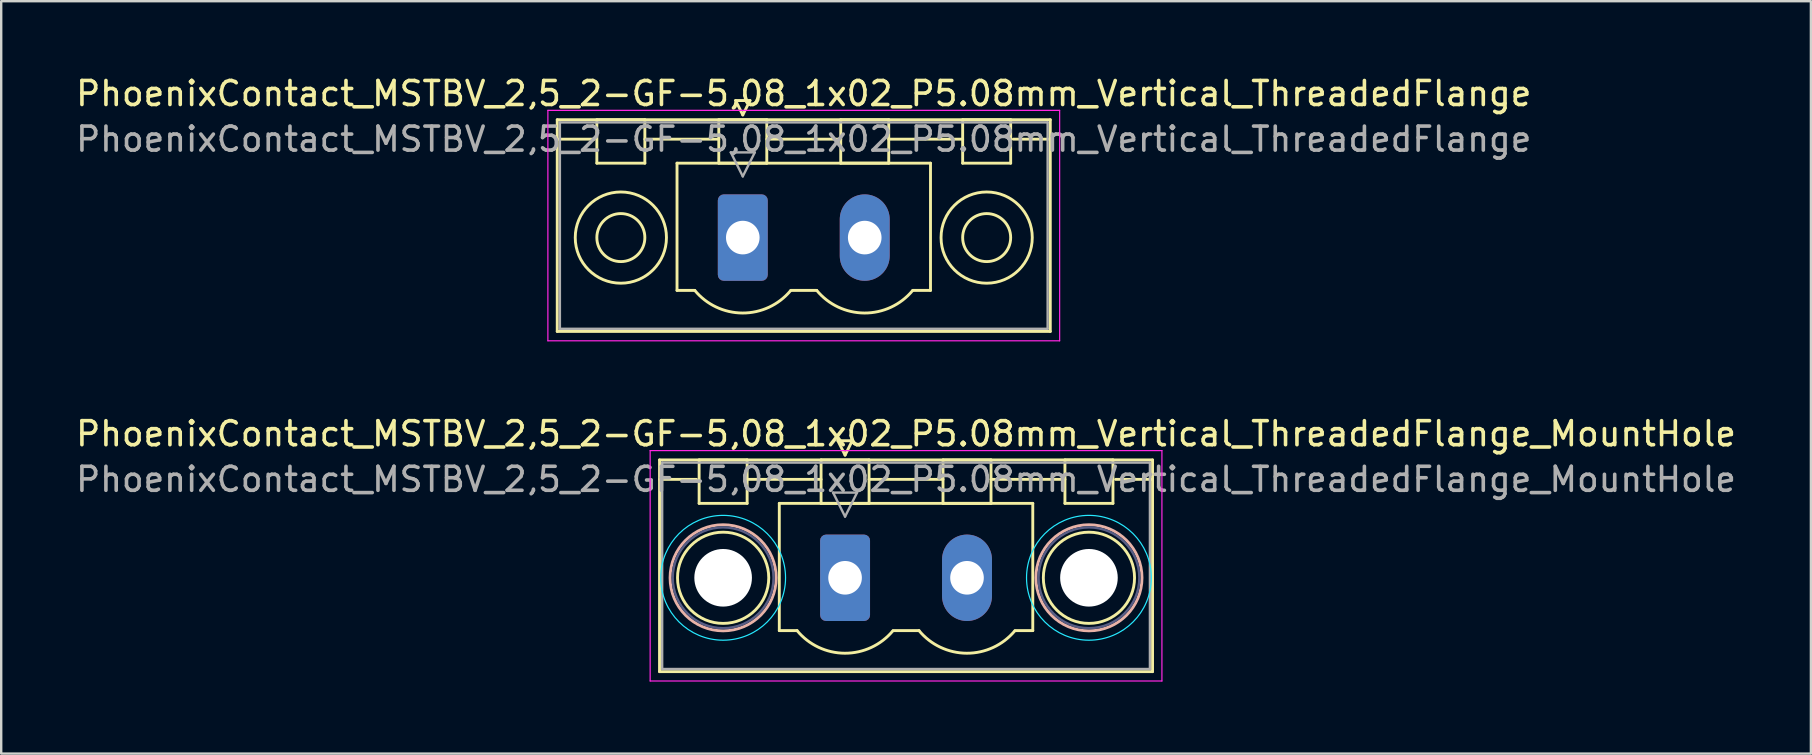
<source format=kicad_pcb>
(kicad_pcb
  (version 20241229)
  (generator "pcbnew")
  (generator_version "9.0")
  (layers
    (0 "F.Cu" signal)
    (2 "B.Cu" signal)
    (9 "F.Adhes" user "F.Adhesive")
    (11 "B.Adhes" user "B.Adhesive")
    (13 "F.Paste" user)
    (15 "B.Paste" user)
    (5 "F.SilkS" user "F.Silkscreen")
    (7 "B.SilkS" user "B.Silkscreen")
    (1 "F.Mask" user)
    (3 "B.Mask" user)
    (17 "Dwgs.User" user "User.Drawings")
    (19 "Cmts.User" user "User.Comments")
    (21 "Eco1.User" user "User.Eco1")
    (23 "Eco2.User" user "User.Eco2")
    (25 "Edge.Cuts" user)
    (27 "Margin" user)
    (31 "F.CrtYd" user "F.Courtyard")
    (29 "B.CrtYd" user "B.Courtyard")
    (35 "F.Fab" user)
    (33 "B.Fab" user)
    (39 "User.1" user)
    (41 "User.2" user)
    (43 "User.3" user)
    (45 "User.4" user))
  (footprint "PhoenixContact_MSTBV_2,5_2-GF-5,08_1x02_P5.08mm_Vertical_ThreadedFlange_MountHole"
    (layer "F.Cu")
    (at 32.156 21.021)
    (property "Reference" "PhoenixContact_MSTBV_2,5_2-GF-5,08_1x02_P5.08mm_Vertical_ThreadedFlange_MountHole" (at 2.54 -6 0) (layer "F.SilkS") (effects (font (size 1 1) (thickness 0.15))))
    (attr through_hole)
    (fp_line (start -7.73 -4.91) (end -7.73 3.91) (stroke (width 0.12) (type solid)) (layer "F.SilkS"))
    (fp_line (start -7.73 -4.1) (end -6.19 -4.1) (stroke (width 0.12) (type solid)) (layer "F.SilkS"))
    (fp_line (start -7.73 3.91) (end 12.81 3.91) (stroke (width 0.12) (type solid)) (layer "F.SilkS"))
    (fp_line (start -6.08 -4.91) (end -4.08 -4.91) (stroke (width 0.12) (type solid)) (layer "F.SilkS"))
    (fp_line (start -6.08 -3.1) (end -6.08 -4.91) (stroke (width 0.12) (type solid)) (layer "F.SilkS"))
    (fp_line (start -4.08 -4.91) (end -4.08 -3.1) (stroke (width 0.12) (type solid)) (layer "F.SilkS"))
    (fp_line (start -4.08 -4.1) (end -1 -4.1) (stroke (width 0.12) (type solid)) (layer "F.SilkS"))
    (fp_line (start -4.08 -3.1) (end -6.08 -3.1) (stroke (width 0.12) (type solid)) (layer "F.SilkS"))
    (fp_line (start -2.74 -3.1) (end 7.82 -3.1) (stroke (width 0.12) (type solid)) (layer "F.SilkS"))
    (fp_line (start -2.74 2.2) (end -2.74 -3.1) (stroke (width 0.12) (type solid)) (layer "F.SilkS"))
    (fp_line (start -2 2.2) (end -2.74 2.2) (stroke (width 0.12) (type solid)) (layer "F.SilkS"))
    (fp_line (start -1 -4.91) (end 1 -4.91) (stroke (width 0.12) (type solid)) (layer "F.SilkS"))
    (fp_line (start -1 -3.1) (end -1 -4.91) (stroke (width 0.12) (type solid)) (layer "F.SilkS"))
    (fp_line (start -0.3 -5.71) (end 0.3 -5.71) (stroke (width 0.12) (type solid)) (layer "F.SilkS"))
    (fp_line (start 0 -5.11) (end -0.3 -5.71) (stroke (width 0.12) (type solid)) (layer "F.SilkS"))
    (fp_line (start 0.3 -5.71) (end 0 -5.11) (stroke (width 0.12) (type solid)) (layer "F.SilkS"))
    (fp_line (start 1 -4.91) (end 1 -3.1) (stroke (width 0.12) (type solid)) (layer "F.SilkS"))
    (fp_line (start 1 -4.1) (end 4.08 -4.1) (stroke (width 0.12) (type solid)) (layer "F.SilkS"))
    (fp_line (start 1 -3.1) (end -1 -3.1) (stroke (width 0.12) (type solid)) (layer "F.SilkS"))
    (fp_line (start 2 2.2) (end 3.08 2.2) (stroke (width 0.12) (type solid)) (layer "F.SilkS"))
    (fp_line (start 4.08 -4.91) (end 6.08 -4.91) (stroke (width 0.12) (type solid)) (layer "F.SilkS"))
    (fp_line (start 4.08 -3.1) (end 4.08 -4.91) (stroke (width 0.12) (type solid)) (layer "F.SilkS"))
    (fp_line (start 6.08 -4.91) (end 6.08 -3.1) (stroke (width 0.12) (type solid)) (layer "F.SilkS"))
    (fp_line (start 6.08 -4.1) (end 9.16 -4.1) (stroke (width 0.12) (type solid)) (layer "F.SilkS"))
    (fp_line (start 6.08 -3.1) (end 4.08 -3.1) (stroke (width 0.12) (type solid)) (layer "F.SilkS"))
    (fp_line (start 7.82 -3.1) (end 7.82 2.2) (stroke (width 0.12) (type solid)) (layer "F.SilkS"))
    (fp_line (start 7.82 2.2) (end 7.08 2.2) (stroke (width 0.12) (type solid)) (layer "F.SilkS"))
    (fp_line (start 9.16 -4.91) (end 11.16 -4.91) (stroke (width 0.12) (type solid)) (layer "F.SilkS"))
    (fp_line (start 9.16 -3.1) (end 9.16 -4.91) (stroke (width 0.12) (type solid)) (layer "F.SilkS"))
    (fp_line (start 11.16 -4.91) (end 11.16 -3.1) (stroke (width 0.12) (type solid)) (layer "F.SilkS"))
    (fp_line (start 11.16 -3.1) (end 9.16 -3.1) (stroke (width 0.12) (type solid)) (layer "F.SilkS"))
    (fp_line (start 12.81 -4.91) (end -7.73 -4.91) (stroke (width 0.12) (type solid)) (layer "F.SilkS"))
    (fp_line (start 12.81 -4.1) (end 11.27 -4.1) (stroke (width 0.12) (type solid)) (layer "F.SilkS"))
    (fp_line (start 12.81 3.91) (end 12.81 -4.91) (stroke (width 0.12) (type solid)) (layer "F.SilkS"))
    (fp_arc (start 1.986842 2.215821) (mid -0.010289 3.142758) (end -2 2.2) (stroke (width 0.12) (type solid)) (layer "F.SilkS"))
    (fp_arc (start 7.066842 2.215821) (mid 5.069711 3.142758) (end 3.08 2.2) (stroke (width 0.12) (type solid)) (layer "F.SilkS"))
    (fp_circle (center -5.08 0) (end -3.18 0) (stroke (width 0.12) (type solid)) (fill no) (layer "F.SilkS"))
    (fp_circle (center 10.16 0) (end 12.06 0) (stroke (width 0.12) (type solid)) (fill no) (layer "F.SilkS"))
    (fp_circle (center -5.08 0) (end -2.87 0) (stroke (width 0.12) (type solid)) (fill no) (layer "B.SilkS"))
    (fp_circle (center 10.16 0) (end 12.37 0) (stroke (width 0.12) (type solid)) (fill no) (layer "B.SilkS"))
    (fp_circle (center -5.08 0) (end -2.48 0) (stroke (width 0.05) (type solid)) (fill no) (layer "B.CrtYd"))
    (fp_circle (center 10.16 0) (end 12.76 0) (stroke (width 0.05) (type solid)) (fill no) (layer "B.CrtYd"))
    (fp_line (start -8.12 -5.3) (end -8.12 4.3) (stroke (width 0.05) (type solid)) (layer "F.CrtYd"))
    (fp_line (start -8.12 4.3) (end 13.2 4.3) (stroke (width 0.05) (type solid)) (layer "F.CrtYd"))
    (fp_line (start 13.2 -5.3) (end -8.12 -5.3) (stroke (width 0.05) (type solid)) (layer "F.CrtYd"))
    (fp_line (start 13.2 4.3) (end 13.2 -5.3) (stroke (width 0.05) (type solid)) (layer "F.CrtYd"))
    (fp_circle (center -5.08 0) (end -2.98 0) (stroke (width 0.1) (type solid)) (fill no) (layer "B.Fab"))
    (fp_circle (center 10.16 0) (end 12.26 0) (stroke (width 0.1) (type solid)) (fill no) (layer "B.Fab"))
    (fp_line (start -7.62 -4.8) (end -7.62 3.8) (stroke (width 0.1) (type solid)) (layer "F.Fab"))
    (fp_line (start -7.62 3.8) (end 12.7 3.8) (stroke (width 0.1) (type solid)) (layer "F.Fab"))
    (fp_line (start -0.5 -3.55) (end 0.5 -3.55) (stroke (width 0.1) (type solid)) (layer "F.Fab"))
    (fp_line (start 0 -2.55) (end -0.5 -3.55) (stroke (width 0.1) (type solid)) (layer "F.Fab"))
    (fp_line (start 0.5 -3.55) (end 0 -2.55) (stroke (width 0.1) (type solid)) (layer "F.Fab"))
    (fp_line (start 12.7 -4.8) (end -7.62 -4.8) (stroke (width 0.1) (type solid)) (layer "F.Fab"))
    (fp_line (start 12.7 3.8) (end 12.7 -4.8) (stroke (width 0.1) (type solid)) (layer "F.Fab"))
    (fp_text user "${REFERENCE}" (at 2.54 -4.1 0) (layer "F.Fab") (effects (font (size 1 1) (thickness 0.15))))
    (pad "" np_thru_hole circle (at -5.08 0) (size 2.4 2.4) (drill 2.4) (layers "*.Cu" "*.Mask"))
    (pad "" np_thru_hole circle (at 10.16 0) (size 2.4 2.4) (drill 2.4) (layers "*.Cu" "*.Mask"))
    (pad "1" thru_hole roundrect (at 0 0) (size 2.08 3.6) (drill 1.4) (layers "*.Cu" "*.Mask") (roundrect_rratio 0.12))
    (pad "2" thru_hole oval (at 5.08 0) (size 2.08 3.6) (drill 1.4) (layers "*.Cu" "*.Mask")))
  (footprint "PhoenixContact_MSTBV_2,5_2-GF-5,08_1x02_P5.08mm_Vertical_ThreadedFlange"
    (layer "F.Cu")
    (at 27.895 6.848)
    (property "Reference" "PhoenixContact_MSTBV_2,5_2-GF-5,08_1x02_P5.08mm_Vertical_ThreadedFlange" (at 2.54 -6 0) (layer "F.SilkS") (effects (font (size 1 1) (thickness 0.15))))
    (attr through_hole)
    (fp_line (start -7.73 -4.91) (end -7.73 3.91) (stroke (width 0.12) (type solid)) (layer "F.SilkS"))
    (fp_line (start -7.73 -4.1) (end -6.19 -4.1) (stroke (width 0.12) (type solid)) (layer "F.SilkS"))
    (fp_line (start -7.73 3.91) (end 12.81 3.91) (stroke (width 0.12) (type solid)) (layer "F.SilkS"))
    (fp_line (start -6.08 -4.91) (end -4.08 -4.91) (stroke (width 0.12) (type solid)) (layer "F.SilkS"))
    (fp_line (start -6.08 -3.1) (end -6.08 -4.91) (stroke (width 0.12) (type solid)) (layer "F.SilkS"))
    (fp_line (start -4.08 -4.91) (end -4.08 -3.1) (stroke (width 0.12) (type solid)) (layer "F.SilkS"))
    (fp_line (start -4.08 -4.1) (end -1 -4.1) (stroke (width 0.12) (type solid)) (layer "F.SilkS"))
    (fp_line (start -4.08 -3.1) (end -6.08 -3.1) (stroke (width 0.12) (type solid)) (layer "F.SilkS"))
    (fp_line (start -2.74 -3.1) (end 7.82 -3.1) (stroke (width 0.12) (type solid)) (layer "F.SilkS"))
    (fp_line (start -2.74 2.2) (end -2.74 -3.1) (stroke (width 0.12) (type solid)) (layer "F.SilkS"))
    (fp_line (start -2 2.2) (end -2.74 2.2) (stroke (width 0.12) (type solid)) (layer "F.SilkS"))
    (fp_line (start -1 -4.91) (end 1 -4.91) (stroke (width 0.12) (type solid)) (layer "F.SilkS"))
    (fp_line (start -1 -3.1) (end -1 -4.91) (stroke (width 0.12) (type solid)) (layer "F.SilkS"))
    (fp_line (start -0.3 -5.71) (end 0.3 -5.71) (stroke (width 0.12) (type solid)) (layer "F.SilkS"))
    (fp_line (start 0 -5.11) (end -0.3 -5.71) (stroke (width 0.12) (type solid)) (layer "F.SilkS"))
    (fp_line (start 0.3 -5.71) (end 0 -5.11) (stroke (width 0.12) (type solid)) (layer "F.SilkS"))
    (fp_line (start 1 -4.91) (end 1 -3.1) (stroke (width 0.12) (type solid)) (layer "F.SilkS"))
    (fp_line (start 1 -4.1) (end 4.08 -4.1) (stroke (width 0.12) (type solid)) (layer "F.SilkS"))
    (fp_line (start 1 -3.1) (end -1 -3.1) (stroke (width 0.12) (type solid)) (layer "F.SilkS"))
    (fp_line (start 2 2.2) (end 3.08 2.2) (stroke (width 0.12) (type solid)) (layer "F.SilkS"))
    (fp_line (start 4.08 -4.91) (end 6.08 -4.91) (stroke (width 0.12) (type solid)) (layer "F.SilkS"))
    (fp_line (start 4.08 -3.1) (end 4.08 -4.91) (stroke (width 0.12) (type solid)) (layer "F.SilkS"))
    (fp_line (start 6.08 -4.91) (end 6.08 -3.1) (stroke (width 0.12) (type solid)) (layer "F.SilkS"))
    (fp_line (start 6.08 -4.1) (end 9.16 -4.1) (stroke (width 0.12) (type solid)) (layer "F.SilkS"))
    (fp_line (start 6.08 -3.1) (end 4.08 -3.1) (stroke (width 0.12) (type solid)) (layer "F.SilkS"))
    (fp_line (start 7.82 -3.1) (end 7.82 2.2) (stroke (width 0.12) (type solid)) (layer "F.SilkS"))
    (fp_line (start 7.82 2.2) (end 7.08 2.2) (stroke (width 0.12) (type solid)) (layer "F.SilkS"))
    (fp_line (start 9.16 -4.91) (end 11.16 -4.91) (stroke (width 0.12) (type solid)) (layer "F.SilkS"))
    (fp_line (start 9.16 -3.1) (end 9.16 -4.91) (stroke (width 0.12) (type solid)) (layer "F.SilkS"))
    (fp_line (start 11.16 -4.91) (end 11.16 -3.1) (stroke (width 0.12) (type solid)) (layer "F.SilkS"))
    (fp_line (start 11.16 -3.1) (end 9.16 -3.1) (stroke (width 0.12) (type solid)) (layer "F.SilkS"))
    (fp_line (start 12.81 -4.91) (end -7.73 -4.91) (stroke (width 0.12) (type solid)) (layer "F.SilkS"))
    (fp_line (start 12.81 -4.1) (end 11.27 -4.1) (stroke (width 0.12) (type solid)) (layer "F.SilkS"))
    (fp_line (start 12.81 3.91) (end 12.81 -4.91) (stroke (width 0.12) (type solid)) (layer "F.SilkS"))
    (fp_arc (start 1.986842 2.215821) (mid -0.010289 3.142758) (end -2 2.2) (stroke (width 0.12) (type solid)) (layer "F.SilkS"))
    (fp_arc (start 7.066842 2.215821) (mid 5.069711 3.142758) (end 3.08 2.2) (stroke (width 0.12) (type solid)) (layer "F.SilkS"))
    (fp_circle (center -5.08 0) (end -4.08 0) (stroke (width 0.12) (type solid)) (fill no) (layer "F.SilkS"))
    (fp_circle (center -5.08 0) (end -3.18 0) (stroke (width 0.12) (type solid)) (fill no) (layer "F.SilkS"))
    (fp_circle (center 10.16 0) (end 11.16 0) (stroke (width 0.12) (type solid)) (fill no) (layer "F.SilkS"))
    (fp_circle (center 10.16 0) (end 12.06 0) (stroke (width 0.12) (type solid)) (fill no) (layer "F.SilkS"))
    (fp_line (start -8.12 -5.3) (end -8.12 4.3) (stroke (width 0.05) (type solid)) (layer "F.CrtYd"))
    (fp_line (start -8.12 4.3) (end 13.2 4.3) (stroke (width 0.05) (type solid)) (layer "F.CrtYd"))
    (fp_line (start 13.2 -5.3) (end -8.12 -5.3) (stroke (width 0.05) (type solid)) (layer "F.CrtYd"))
    (fp_line (start 13.2 4.3) (end 13.2 -5.3) (stroke (width 0.05) (type solid)) (layer "F.CrtYd"))
    (fp_line (start -7.62 -4.8) (end -7.62 3.8) (stroke (width 0.1) (type solid)) (layer "F.Fab"))
    (fp_line (start -7.62 3.8) (end 12.7 3.8) (stroke (width 0.1) (type solid)) (layer "F.Fab"))
    (fp_line (start -0.5 -3.55) (end 0.5 -3.55) (stroke (width 0.1) (type solid)) (layer "F.Fab"))
    (fp_line (start 0 -2.55) (end -0.5 -3.55) (stroke (width 0.1) (type solid)) (layer "F.Fab"))
    (fp_line (start 0.5 -3.55) (end 0 -2.55) (stroke (width 0.1) (type solid)) (layer "F.Fab"))
    (fp_line (start 12.7 -4.8) (end -7.62 -4.8) (stroke (width 0.1) (type solid)) (layer "F.Fab"))
    (fp_line (start 12.7 3.8) (end 12.7 -4.8) (stroke (width 0.1) (type solid)) (layer "F.Fab"))
    (fp_text user "${REFERENCE}" (at 2.54 -4.1 0) (layer "F.Fab") (effects (font (size 1 1) (thickness 0.15))))
    (pad "1" thru_hole roundrect (at 0 0) (size 2.08 3.6) (drill 1.4) (layers "*.Cu" "*.Mask") (roundrect_rratio 0.12))
    (pad "2" thru_hole oval (at 5.08 0) (size 2.08 3.6) (drill 1.4) (layers "*.Cu" "*.Mask")))
  (gr_rect
    (start -3 -3)
    (end 72.393 28.346)
    (stroke (width 0.1) (type default))
    (fill no)
    (layer "Edge.Cuts")))
</source>
